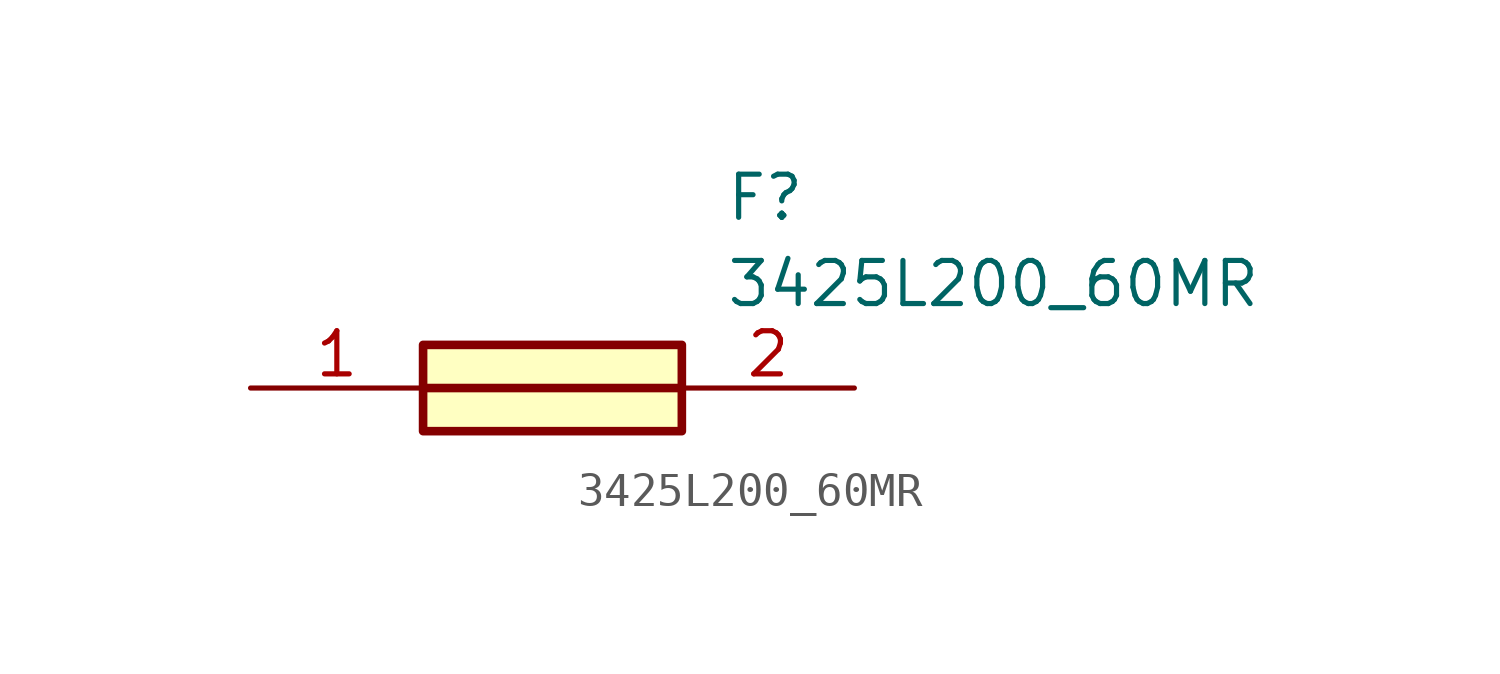
<source format=kicad_sym>
(kicad_symbol_lib
  (version 20211014)
  (generator SamacSys_ECAD_Model)
  (symbol "3425L200_60MR"
    (pin_names hide)
    (property "Reference" "F"
      (at 13.97 6.35 0)
      (effects (font (size 1.27 1.27)) (justify left top)))
    (property "Value" "3425L200_60MR"
      (at 13.97 3.81 0)
      (effects (font (size 1.27 1.27)) (justify left top)))
    (rectangle
      (start 5.08 1.27)
      (end 12.7 -1.27)
      (stroke (width 0.254) (type default))
      (fill (type background)))
    (polyline
      (pts (xy 5.08 0) (xy 12.7 0))
      (stroke (width 0.254) (type default))
      (fill (type none)))
    (pin passive line
      (at 0 0 0)
      (length 5.08)
      (name "1" (effects (font (size 1.27 1.27))))
      (number "1" (effects (font (size 1.27 1.27)))))
    (pin passive line
      (at 17.78 0 180)
      (length 5.08)
      (name "2" (effects (font (size 1.27 1.27))))
      (number "2" (effects (font (size 1.27 1.27)))))))
</source>
